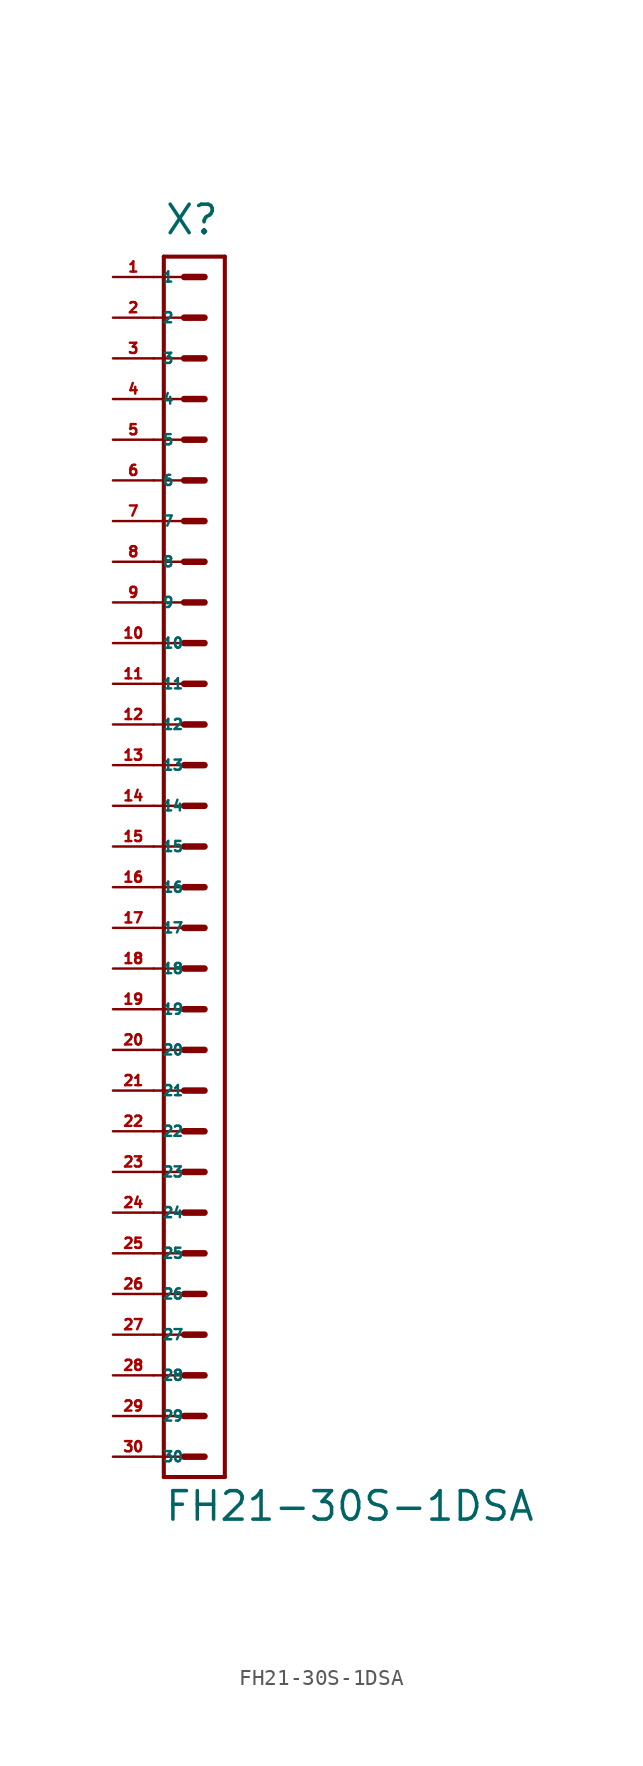
<source format=kicad_sym>
(kicad_symbol_lib
  (version 20220914)
  (generator Eagle2Kicad)
  (symbol "FH21-30S-1DSA"
    (property "Reference" "X"
      (at -1.905 38.1 0)
      (effects (font (size 1.778 1.778) (thickness 0.22)) (justify left bottom)))
    (property "Value" "FH21-30S-1DSA"
      (at -1.905 -42.227 0)
      (effects (font (size 1.778 1.778) (thickness 0.22)) (justify left bottom)))
    (polyline
      (pts (xy 1.905 36.83) (xy -1.905 36.83))
      (stroke (width 0.254) (type default))
      (fill (type none)))
    (polyline
      (pts (xy -1.905 -39.37) (xy -1.905 36.83))
      (stroke (width 0.254) (type default))
      (fill (type none)))
    (polyline
      (pts (xy -1.905 -39.37) (xy 1.905 -39.37))
      (stroke (width 0.254) (type default))
      (fill (type none)))
    (polyline
      (pts (xy 1.905 36.83) (xy 1.905 -39.37))
      (stroke (width 0.254) (type default))
      (fill (type none)))
    (polyline
      (pts (xy -2.54 35.56) (xy -0.635 35.56))
      (stroke (width 0.152) (type default))
      (fill (type none)))
    (polyline
      (pts (xy -2.54 33.02) (xy -0.635 33.02))
      (stroke (width 0.152) (type default))
      (fill (type none)))
    (polyline
      (pts (xy -2.54 30.48) (xy -0.635 30.48))
      (stroke (width 0.152) (type default))
      (fill (type none)))
    (polyline
      (pts (xy -2.54 27.94) (xy -0.635 27.94))
      (stroke (width 0.152) (type default))
      (fill (type none)))
    (polyline
      (pts (xy -2.54 25.4) (xy -0.635 25.4))
      (stroke (width 0.152) (type default))
      (fill (type none)))
    (polyline
      (pts (xy -2.54 22.86) (xy -0.635 22.86))
      (stroke (width 0.152) (type default))
      (fill (type none)))
    (polyline
      (pts (xy -0.635 35.56) (xy 0.635 35.56))
      (stroke (width 0.406) (type default))
      (fill (type none)))
    (polyline
      (pts (xy -0.635 33.02) (xy 0.635 33.02))
      (stroke (width 0.406) (type default))
      (fill (type none)))
    (polyline
      (pts (xy -0.635 30.48) (xy 0.635 30.48))
      (stroke (width 0.406) (type default))
      (fill (type none)))
    (polyline
      (pts (xy -0.635 27.94) (xy 0.635 27.94))
      (stroke (width 0.406) (type default))
      (fill (type none)))
    (polyline
      (pts (xy -0.635 25.4) (xy 0.635 25.4))
      (stroke (width 0.406) (type default))
      (fill (type none)))
    (polyline
      (pts (xy -0.635 22.86) (xy 0.635 22.86))
      (stroke (width 0.406) (type default))
      (fill (type none)))
    (polyline
      (pts (xy -2.54 20.32) (xy -0.635 20.32))
      (stroke (width 0.152) (type default))
      (fill (type none)))
    (polyline
      (pts (xy -2.54 17.78) (xy -0.635 17.78))
      (stroke (width 0.152) (type default))
      (fill (type none)))
    (polyline
      (pts (xy -0.635 20.32) (xy 0.635 20.32))
      (stroke (width 0.406) (type default))
      (fill (type none)))
    (polyline
      (pts (xy -0.635 17.78) (xy 0.635 17.78))
      (stroke (width 0.406) (type default))
      (fill (type none)))
    (polyline
      (pts (xy -2.54 15.24) (xy -0.635 15.24))
      (stroke (width 0.152) (type default))
      (fill (type none)))
    (polyline
      (pts (xy -2.54 12.7) (xy -0.635 12.7))
      (stroke (width 0.152) (type default))
      (fill (type none)))
    (polyline
      (pts (xy -0.635 15.24) (xy 0.635 15.24))
      (stroke (width 0.406) (type default))
      (fill (type none)))
    (polyline
      (pts (xy -0.635 12.7) (xy 0.635 12.7))
      (stroke (width 0.406) (type default))
      (fill (type none)))
    (polyline
      (pts (xy -2.54 10.16) (xy -0.635 10.16))
      (stroke (width 0.152) (type default))
      (fill (type none)))
    (polyline
      (pts (xy -2.54 7.62) (xy -0.635 7.62))
      (stroke (width 0.152) (type default))
      (fill (type none)))
    (polyline
      (pts (xy -0.635 10.16) (xy 0.635 10.16))
      (stroke (width 0.406) (type default))
      (fill (type none)))
    (polyline
      (pts (xy -0.635 7.62) (xy 0.635 7.62))
      (stroke (width 0.406) (type default))
      (fill (type none)))
    (polyline
      (pts (xy -2.54 5.08) (xy -0.635 5.08))
      (stroke (width 0.152) (type default))
      (fill (type none)))
    (polyline
      (pts (xy -2.54 2.54) (xy -0.635 2.54))
      (stroke (width 0.152) (type default))
      (fill (type none)))
    (polyline
      (pts (xy -0.635 5.08) (xy 0.635 5.08))
      (stroke (width 0.406) (type default))
      (fill (type none)))
    (polyline
      (pts (xy -0.635 2.54) (xy 0.635 2.54))
      (stroke (width 0.406) (type default))
      (fill (type none)))
    (polyline
      (pts (xy -2.54 0) (xy -0.635 0))
      (stroke (width 0.152) (type default))
      (fill (type none)))
    (polyline
      (pts (xy -2.54 -2.54) (xy -0.635 -2.54))
      (stroke (width 0.152) (type default))
      (fill (type none)))
    (polyline
      (pts (xy -0.635 0) (xy 0.635 0))
      (stroke (width 0.406) (type default))
      (fill (type none)))
    (polyline
      (pts (xy -0.635 -2.54) (xy 0.635 -2.54))
      (stroke (width 0.406) (type default))
      (fill (type none)))
    (polyline
      (pts (xy -2.54 -5.08) (xy -0.635 -5.08))
      (stroke (width 0.152) (type default))
      (fill (type none)))
    (polyline
      (pts (xy -2.54 -7.62) (xy -0.635 -7.62))
      (stroke (width 0.152) (type default))
      (fill (type none)))
    (polyline
      (pts (xy -0.635 -5.08) (xy 0.635 -5.08))
      (stroke (width 0.406) (type default))
      (fill (type none)))
    (polyline
      (pts (xy -0.635 -7.62) (xy 0.635 -7.62))
      (stroke (width 0.406) (type default))
      (fill (type none)))
    (polyline
      (pts (xy -2.54 -10.16) (xy -0.635 -10.16))
      (stroke (width 0.152) (type default))
      (fill (type none)))
    (polyline
      (pts (xy -2.54 -12.7) (xy -0.635 -12.7))
      (stroke (width 0.152) (type default))
      (fill (type none)))
    (polyline
      (pts (xy -0.635 -10.16) (xy 0.635 -10.16))
      (stroke (width 0.406) (type default))
      (fill (type none)))
    (polyline
      (pts (xy -0.635 -12.7) (xy 0.635 -12.7))
      (stroke (width 0.406) (type default))
      (fill (type none)))
    (polyline
      (pts (xy -0.635 -15.24) (xy 0.635 -15.24))
      (stroke (width 0.406) (type default))
      (fill (type none)))
    (polyline
      (pts (xy -0.635 -17.78) (xy 0.635 -17.78))
      (stroke (width 0.406) (type default))
      (fill (type none)))
    (polyline
      (pts (xy -2.54 -15.24) (xy -0.635 -15.24))
      (stroke (width 0.152) (type default))
      (fill (type none)))
    (polyline
      (pts (xy -2.54 -17.78) (xy -0.635 -17.78))
      (stroke (width 0.152) (type default))
      (fill (type none)))
    (polyline
      (pts (xy -2.54 -20.32) (xy -0.635 -20.32))
      (stroke (width 0.152) (type default))
      (fill (type none)))
    (polyline
      (pts (xy -2.54 -22.86) (xy -0.635 -22.86))
      (stroke (width 0.152) (type default))
      (fill (type none)))
    (polyline
      (pts (xy -0.635 -20.32) (xy 0.635 -20.32))
      (stroke (width 0.406) (type default))
      (fill (type none)))
    (polyline
      (pts (xy -0.635 -22.86) (xy 0.635 -22.86))
      (stroke (width 0.406) (type default))
      (fill (type none)))
    (polyline
      (pts (xy -2.54 -25.4) (xy -0.635 -25.4))
      (stroke (width 0.152) (type default))
      (fill (type none)))
    (polyline
      (pts (xy -2.54 -27.94) (xy -0.635 -27.94))
      (stroke (width 0.152) (type default))
      (fill (type none)))
    (polyline
      (pts (xy -0.635 -25.4) (xy 0.635 -25.4))
      (stroke (width 0.406) (type default))
      (fill (type none)))
    (polyline
      (pts (xy -0.635 -27.94) (xy 0.635 -27.94))
      (stroke (width 0.406) (type default))
      (fill (type none)))
    (polyline
      (pts (xy -2.54 -30.48) (xy -0.635 -30.48))
      (stroke (width 0.152) (type default))
      (fill (type none)))
    (polyline
      (pts (xy -2.54 -33.02) (xy -0.635 -33.02))
      (stroke (width 0.152) (type default))
      (fill (type none)))
    (polyline
      (pts (xy -0.635 -30.48) (xy 0.635 -30.48))
      (stroke (width 0.406) (type default))
      (fill (type none)))
    (polyline
      (pts (xy -0.635 -33.02) (xy 0.635 -33.02))
      (stroke (width 0.406) (type default))
      (fill (type none)))
    (polyline
      (pts (xy -2.54 -35.56) (xy -0.635 -35.56))
      (stroke (width 0.152) (type default))
      (fill (type none)))
    (polyline
      (pts (xy -2.54 -38.1) (xy -0.635 -38.1))
      (stroke (width 0.152) (type default))
      (fill (type none)))
    (polyline
      (pts (xy -0.635 -35.56) (xy 0.635 -35.56))
      (stroke (width 0.406) (type default))
      (fill (type none)))
    (polyline
      (pts (xy -0.635 -38.1) (xy 0.635 -38.1))
      (stroke (width 0.406) (type default))
      (fill (type none)))
    (pin passive line
      (at -5.08 35.56 0)
      (length 2.54)
      (name "1" (effects (font (size 0.635 0.635) (thickness 0.08)) (justify left bottom)))
      (number "1" (effects (font (size 0.635 0.635) (thickness 0.08)) (justify left bottom))))
    (pin passive line
      (at -5.08 33.02 0)
      (length 2.54)
      (name "2" (effects (font (size 0.635 0.635) (thickness 0.08)) (justify left bottom)))
      (number "2" (effects (font (size 0.635 0.635) (thickness 0.08)) (justify left bottom))))
    (pin passive line
      (at -5.08 30.48 0)
      (length 2.54)
      (name "3" (effects (font (size 0.635 0.635) (thickness 0.08)) (justify left bottom)))
      (number "3" (effects (font (size 0.635 0.635) (thickness 0.08)) (justify left bottom))))
    (pin passive line
      (at -5.08 27.94 0)
      (length 2.54)
      (name "4" (effects (font (size 0.635 0.635) (thickness 0.08)) (justify left bottom)))
      (number "4" (effects (font (size 0.635 0.635) (thickness 0.08)) (justify left bottom))))
    (pin passive line
      (at -5.08 25.4 0)
      (length 2.54)
      (name "5" (effects (font (size 0.635 0.635) (thickness 0.08)) (justify left bottom)))
      (number "5" (effects (font (size 0.635 0.635) (thickness 0.08)) (justify left bottom))))
    (pin passive line
      (at -5.08 22.86 0)
      (length 2.54)
      (name "6" (effects (font (size 0.635 0.635) (thickness 0.08)) (justify left bottom)))
      (number "6" (effects (font (size 0.635 0.635) (thickness 0.08)) (justify left bottom))))
    (pin passive line
      (at -5.08 20.32 0)
      (length 2.54)
      (name "7" (effects (font (size 0.635 0.635) (thickness 0.08)) (justify left bottom)))
      (number "7" (effects (font (size 0.635 0.635) (thickness 0.08)) (justify left bottom))))
    (pin passive line
      (at -5.08 17.78 0)
      (length 2.54)
      (name "8" (effects (font (size 0.635 0.635) (thickness 0.08)) (justify left bottom)))
      (number "8" (effects (font (size 0.635 0.635) (thickness 0.08)) (justify left bottom))))
    (pin passive line
      (at -5.08 15.24 0)
      (length 2.54)
      (name "9" (effects (font (size 0.635 0.635) (thickness 0.08)) (justify left bottom)))
      (number "9" (effects (font (size 0.635 0.635) (thickness 0.08)) (justify left bottom))))
    (pin passive line
      (at -5.08 12.7 0)
      (length 2.54)
      (name "10" (effects (font (size 0.635 0.635) (thickness 0.08)) (justify left bottom)))
      (number "10" (effects (font (size 0.635 0.635) (thickness 0.08)) (justify left bottom))))
    (pin passive line
      (at -5.08 10.16 0)
      (length 2.54)
      (name "11" (effects (font (size 0.635 0.635) (thickness 0.08)) (justify left bottom)))
      (number "11" (effects (font (size 0.635 0.635) (thickness 0.08)) (justify left bottom))))
    (pin passive line
      (at -5.08 7.62 0)
      (length 2.54)
      (name "12" (effects (font (size 0.635 0.635) (thickness 0.08)) (justify left bottom)))
      (number "12" (effects (font (size 0.635 0.635) (thickness 0.08)) (justify left bottom))))
    (pin passive line
      (at -5.08 5.08 0)
      (length 2.54)
      (name "13" (effects (font (size 0.635 0.635) (thickness 0.08)) (justify left bottom)))
      (number "13" (effects (font (size 0.635 0.635) (thickness 0.08)) (justify left bottom))))
    (pin passive line
      (at -5.08 2.54 0)
      (length 2.54)
      (name "14" (effects (font (size 0.635 0.635) (thickness 0.08)) (justify left bottom)))
      (number "14" (effects (font (size 0.635 0.635) (thickness 0.08)) (justify left bottom))))
    (pin passive line
      (at -5.08 0 0)
      (length 2.54)
      (name "15" (effects (font (size 0.635 0.635) (thickness 0.08)) (justify left bottom)))
      (number "15" (effects (font (size 0.635 0.635) (thickness 0.08)) (justify left bottom))))
    (pin passive line
      (at -5.08 -2.54 0)
      (length 2.54)
      (name "16" (effects (font (size 0.635 0.635) (thickness 0.08)) (justify left bottom)))
      (number "16" (effects (font (size 0.635 0.635) (thickness 0.08)) (justify left bottom))))
    (pin passive line
      (at -5.08 -5.08 0)
      (length 2.54)
      (name "17" (effects (font (size 0.635 0.635) (thickness 0.08)) (justify left bottom)))
      (number "17" (effects (font (size 0.635 0.635) (thickness 0.08)) (justify left bottom))))
    (pin passive line
      (at -5.08 -7.62 0)
      (length 2.54)
      (name "18" (effects (font (size 0.635 0.635) (thickness 0.08)) (justify left bottom)))
      (number "18" (effects (font (size 0.635 0.635) (thickness 0.08)) (justify left bottom))))
    (pin passive line
      (at -5.08 -10.16 0)
      (length 2.54)
      (name "19" (effects (font (size 0.635 0.635) (thickness 0.08)) (justify left bottom)))
      (number "19" (effects (font (size 0.635 0.635) (thickness 0.08)) (justify left bottom))))
    (pin passive line
      (at -5.08 -12.7 0)
      (length 2.54)
      (name "20" (effects (font (size 0.635 0.635) (thickness 0.08)) (justify left bottom)))
      (number "20" (effects (font (size 0.635 0.635) (thickness 0.08)) (justify left bottom))))
    (pin passive line
      (at -5.08 -15.24 0)
      (length 2.54)
      (name "21" (effects (font (size 0.635 0.635) (thickness 0.08)) (justify left bottom)))
      (number "21" (effects (font (size 0.635 0.635) (thickness 0.08)) (justify left bottom))))
    (pin passive line
      (at -5.08 -17.78 0)
      (length 2.54)
      (name "22" (effects (font (size 0.635 0.635) (thickness 0.08)) (justify left bottom)))
      (number "22" (effects (font (size 0.635 0.635) (thickness 0.08)) (justify left bottom))))
    (pin passive line
      (at -5.08 -20.32 0)
      (length 2.54)
      (name "23" (effects (font (size 0.635 0.635) (thickness 0.08)) (justify left bottom)))
      (number "23" (effects (font (size 0.635 0.635) (thickness 0.08)) (justify left bottom))))
    (pin passive line
      (at -5.08 -22.86 0)
      (length 2.54)
      (name "24" (effects (font (size 0.635 0.635) (thickness 0.08)) (justify left bottom)))
      (number "24" (effects (font (size 0.635 0.635) (thickness 0.08)) (justify left bottom))))
    (pin passive line
      (at -5.08 -25.4 0)
      (length 2.54)
      (name "25" (effects (font (size 0.635 0.635) (thickness 0.08)) (justify left bottom)))
      (number "25" (effects (font (size 0.635 0.635) (thickness 0.08)) (justify left bottom))))
    (pin passive line
      (at -5.08 -27.94 0)
      (length 2.54)
      (name "26" (effects (font (size 0.635 0.635) (thickness 0.08)) (justify left bottom)))
      (number "26" (effects (font (size 0.635 0.635) (thickness 0.08)) (justify left bottom))))
    (pin passive line
      (at -5.08 -30.48 0)
      (length 2.54)
      (name "27" (effects (font (size 0.635 0.635) (thickness 0.08)) (justify left bottom)))
      (number "27" (effects (font (size 0.635 0.635) (thickness 0.08)) (justify left bottom))))
    (pin passive line
      (at -5.08 -33.02 0)
      (length 2.54)
      (name "28" (effects (font (size 0.635 0.635) (thickness 0.08)) (justify left bottom)))
      (number "28" (effects (font (size 0.635 0.635) (thickness 0.08)) (justify left bottom))))
    (pin passive line
      (at -5.08 -35.56 0)
      (length 2.54)
      (name "29" (effects (font (size 0.635 0.635) (thickness 0.08)) (justify left bottom)))
      (number "29" (effects (font (size 0.635 0.635) (thickness 0.08)) (justify left bottom))))
    (pin passive line
      (at -5.08 -38.1 0)
      (length 2.54)
      (name "30" (effects (font (size 0.635 0.635) (thickness 0.08)) (justify left bottom)))
      (number "30" (effects (font (size 0.635 0.635) (thickness 0.08)) (justify left bottom))))))
</source>
